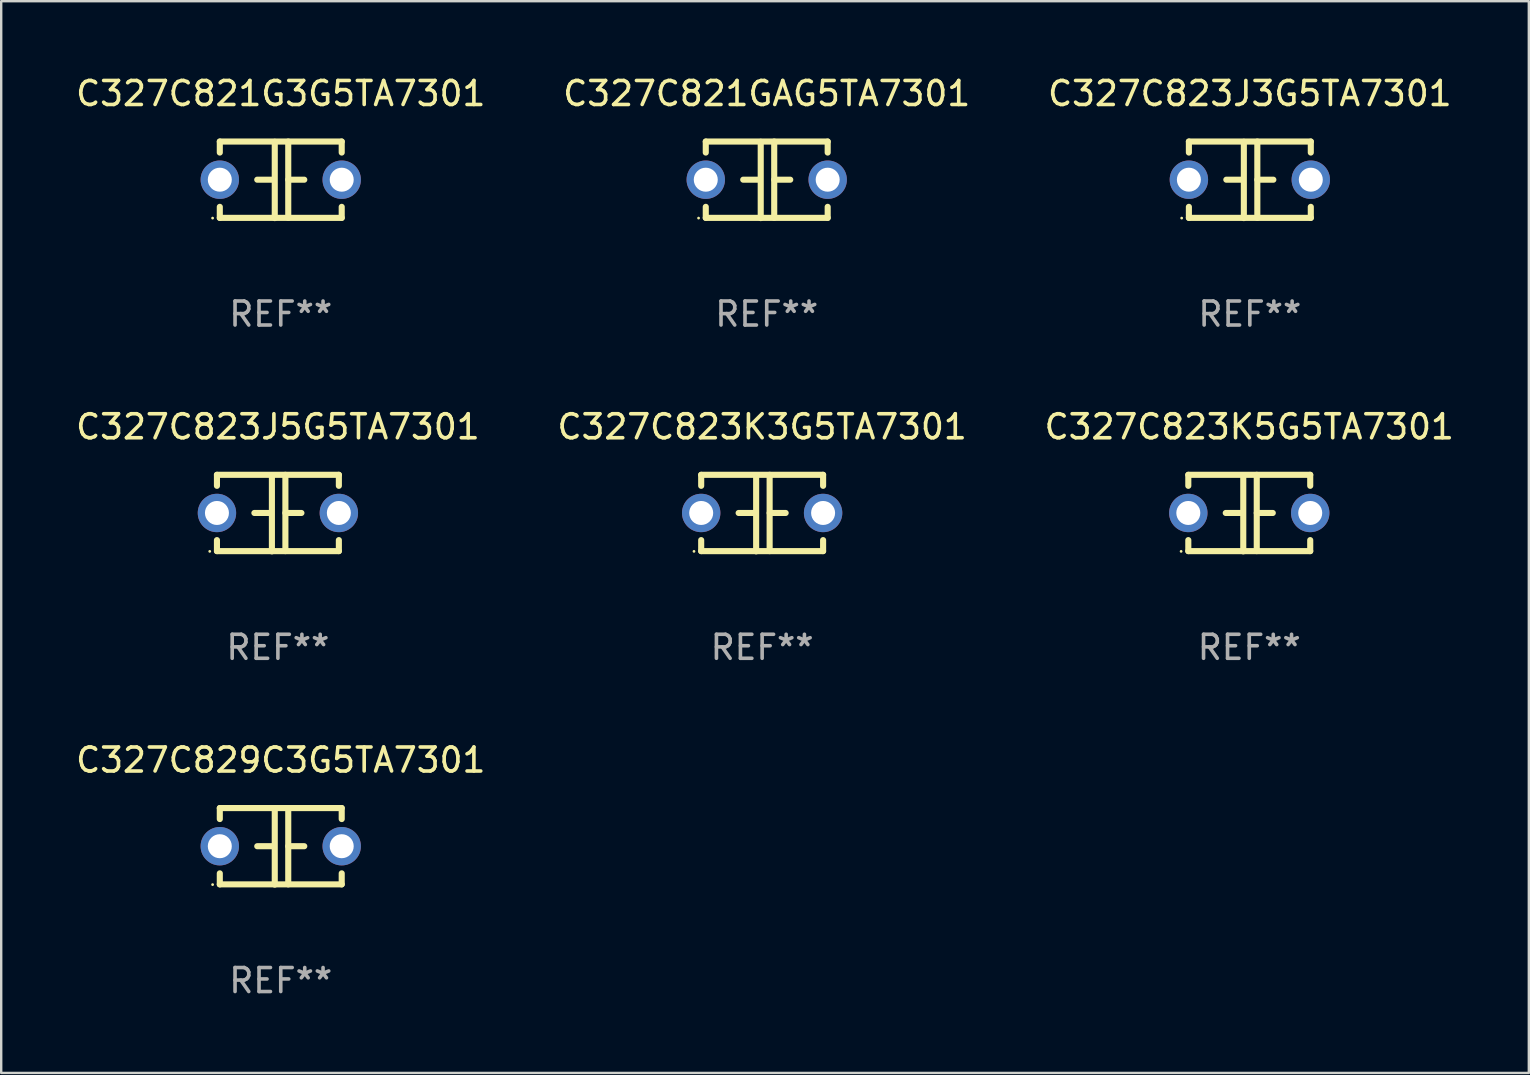
<source format=kicad_pcb>
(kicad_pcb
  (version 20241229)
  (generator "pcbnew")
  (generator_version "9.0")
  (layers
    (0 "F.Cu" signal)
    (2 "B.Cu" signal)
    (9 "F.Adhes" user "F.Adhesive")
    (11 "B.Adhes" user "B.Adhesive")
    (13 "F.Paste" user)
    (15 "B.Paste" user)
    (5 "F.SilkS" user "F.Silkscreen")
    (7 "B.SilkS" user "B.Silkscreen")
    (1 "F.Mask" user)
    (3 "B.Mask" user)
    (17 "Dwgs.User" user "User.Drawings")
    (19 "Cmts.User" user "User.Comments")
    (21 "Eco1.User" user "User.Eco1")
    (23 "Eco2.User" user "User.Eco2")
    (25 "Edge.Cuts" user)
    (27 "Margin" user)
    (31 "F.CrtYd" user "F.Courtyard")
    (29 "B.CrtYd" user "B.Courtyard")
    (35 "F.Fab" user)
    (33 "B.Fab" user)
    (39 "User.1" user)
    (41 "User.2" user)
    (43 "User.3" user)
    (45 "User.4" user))
  (footprint "C327C823J3G5TA7301"
    (layer "F.Cu")
    (at 49.03 4.443)
    (property "Reference" "C327C823J3G5TA7301" (at 0 -3.595 0) (layer "F.SilkS") (effects (font (size 1 1) (thickness 0.15))))
    (attr through_hole)
    (fp_line (start -2.54 -1.595) (end -2.54 -1.136) (stroke (width 0.254) (type solid)) (layer "F.SilkS"))
    (fp_line (start -2.54 -1.595) (end 2.54 -1.595) (stroke (width 0.254) (type solid)) (layer "F.SilkS"))
    (fp_line (start -2.54 1.126) (end -2.54 1.585) (stroke (width 0.254) (type solid)) (layer "F.SilkS"))
    (fp_line (start -0.312 -0.005) (end -0.98 -0.005) (stroke (width 0.254) (type solid)) (layer "F.SilkS"))
    (fp_line (start -0.25 -1.585) (end -0.25 1.595) (stroke (width 0.254) (type solid)) (layer "F.SilkS"))
    (fp_line (start 0.312 -1.595) (end 0.312 1.585) (stroke (width 0.254) (type solid)) (layer "F.SilkS"))
    (fp_line (start 0.312 -0.005) (end 0.98 -0.005) (stroke (width 0.254) (type solid)) (layer "F.SilkS"))
    (fp_line (start 2.54 -1.595) (end 2.54 -1.136) (stroke (width 0.254) (type solid)) (layer "F.SilkS"))
    (fp_line (start 2.54 1.126) (end 2.54 1.585) (stroke (width 0.254) (type solid)) (layer "F.SilkS"))
    (fp_line (start 2.54 1.585) (end -2.54 1.585) (stroke (width 0.254) (type solid)) (layer "F.SilkS"))
    (fp_circle (center -2.84 1.595) (end -2.81 1.595) (stroke (width 0.06) (type solid)) (fill no) (layer "F.SilkS"))
    (fp_text user "REF**" (at 0 5.595 0) (layer "F.Fab") (effects (font (size 1 1) (thickness 0.15))))
    (pad "1" thru_hole circle (at -2.54 -0.005) (size 1.6 1.6) (drill 1) (layers "*.Cu" "*.Mask"))
    (pad "2" thru_hole circle (at 2.54 -0.005) (size 1.6 1.6) (drill 1) (layers "*.Cu" "*.Mask")))
  (footprint "C327C821GAG5TA7301"
    (layer "F.Cu")
    (at 28.899 4.443)
    (property "Reference" "C327C821GAG5TA7301" (at 0 -3.595 0) (layer "F.SilkS") (effects (font (size 1 1) (thickness 0.15))))
    (attr through_hole)
    (fp_line (start -2.54 -1.595) (end -2.54 -1.136) (stroke (width 0.254) (type solid)) (layer "F.SilkS"))
    (fp_line (start -2.54 -1.595) (end 2.54 -1.595) (stroke (width 0.254) (type solid)) (layer "F.SilkS"))
    (fp_line (start -2.54 1.126) (end -2.54 1.585) (stroke (width 0.254) (type solid)) (layer "F.SilkS"))
    (fp_line (start -0.312 -0.005) (end -0.98 -0.005) (stroke (width 0.254) (type solid)) (layer "F.SilkS"))
    (fp_line (start -0.25 -1.585) (end -0.25 1.595) (stroke (width 0.254) (type solid)) (layer "F.SilkS"))
    (fp_line (start 0.312 -1.595) (end 0.312 1.585) (stroke (width 0.254) (type solid)) (layer "F.SilkS"))
    (fp_line (start 0.312 -0.005) (end 0.98 -0.005) (stroke (width 0.254) (type solid)) (layer "F.SilkS"))
    (fp_line (start 2.54 -1.595) (end 2.54 -1.136) (stroke (width 0.254) (type solid)) (layer "F.SilkS"))
    (fp_line (start 2.54 1.126) (end 2.54 1.585) (stroke (width 0.254) (type solid)) (layer "F.SilkS"))
    (fp_line (start 2.54 1.585) (end -2.54 1.585) (stroke (width 0.254) (type solid)) (layer "F.SilkS"))
    (fp_circle (center -2.84 1.595) (end -2.81 1.595) (stroke (width 0.06) (type solid)) (fill no) (layer "F.SilkS"))
    (fp_text user "REF**" (at 0 5.595 0) (layer "F.Fab") (effects (font (size 1 1) (thickness 0.15))))
    (pad "1" thru_hole circle (at -2.54 -0.005) (size 1.6 1.6) (drill 1) (layers "*.Cu" "*.Mask"))
    (pad "2" thru_hole circle (at 2.54 -0.005) (size 1.6 1.6) (drill 1) (layers "*.Cu" "*.Mask")))
  (footprint "C327C829C3G5TA7301"
    (layer "F.Cu")
    (at 8.649 32.216)
    (property "Reference" "C327C829C3G5TA7301" (at 0 -3.595 0) (layer "F.SilkS") (effects (font (size 1 1) (thickness 0.15))))
    (attr through_hole)
    (fp_line (start -2.54 -1.595) (end -2.54 -1.136) (stroke (width 0.254) (type solid)) (layer "F.SilkS"))
    (fp_line (start -2.54 -1.595) (end 2.54 -1.595) (stroke (width 0.254) (type solid)) (layer "F.SilkS"))
    (fp_line (start -2.54 1.126) (end -2.54 1.585) (stroke (width 0.254) (type solid)) (layer "F.SilkS"))
    (fp_line (start -0.312 -0.005) (end -0.98 -0.005) (stroke (width 0.254) (type solid)) (layer "F.SilkS"))
    (fp_line (start -0.25 -1.585) (end -0.25 1.595) (stroke (width 0.254) (type solid)) (layer "F.SilkS"))
    (fp_line (start 0.312 -1.595) (end 0.312 1.585) (stroke (width 0.254) (type solid)) (layer "F.SilkS"))
    (fp_line (start 0.312 -0.005) (end 0.98 -0.005) (stroke (width 0.254) (type solid)) (layer "F.SilkS"))
    (fp_line (start 2.54 -1.595) (end 2.54 -1.136) (stroke (width 0.254) (type solid)) (layer "F.SilkS"))
    (fp_line (start 2.54 1.126) (end 2.54 1.585) (stroke (width 0.254) (type solid)) (layer "F.SilkS"))
    (fp_line (start 2.54 1.585) (end -2.54 1.585) (stroke (width 0.254) (type solid)) (layer "F.SilkS"))
    (fp_circle (center -2.84 1.595) (end -2.81 1.595) (stroke (width 0.06) (type solid)) (fill no) (layer "F.SilkS"))
    (fp_text user "REF**" (at 0 5.595 0) (layer "F.Fab") (effects (font (size 1 1) (thickness 0.15))))
    (pad "1" thru_hole circle (at -2.54 -0.005) (size 1.6 1.6) (drill 1) (layers "*.Cu" "*.Mask"))
    (pad "2" thru_hole circle (at 2.54 -0.005) (size 1.6 1.6) (drill 1) (layers "*.Cu" "*.Mask")))
  (footprint "C327C823K5G5TA7301"
    (layer "F.Cu")
    (at 49.006 18.33)
    (property "Reference" "C327C823K5G5TA7301" (at 0 -3.595 0) (layer "F.SilkS") (effects (font (size 1 1) (thickness 0.15))))
    (attr through_hole)
    (fp_line (start -2.54 -1.595) (end -2.54 -1.136) (stroke (width 0.254) (type solid)) (layer "F.SilkS"))
    (fp_line (start -2.54 -1.595) (end 2.54 -1.595) (stroke (width 0.254) (type solid)) (layer "F.SilkS"))
    (fp_line (start -2.54 1.126) (end -2.54 1.585) (stroke (width 0.254) (type solid)) (layer "F.SilkS"))
    (fp_line (start -0.312 -0.005) (end -0.98 -0.005) (stroke (width 0.254) (type solid)) (layer "F.SilkS"))
    (fp_line (start -0.25 -1.585) (end -0.25 1.595) (stroke (width 0.254) (type solid)) (layer "F.SilkS"))
    (fp_line (start 0.312 -1.595) (end 0.312 1.585) (stroke (width 0.254) (type solid)) (layer "F.SilkS"))
    (fp_line (start 0.312 -0.005) (end 0.98 -0.005) (stroke (width 0.254) (type solid)) (layer "F.SilkS"))
    (fp_line (start 2.54 -1.595) (end 2.54 -1.136) (stroke (width 0.254) (type solid)) (layer "F.SilkS"))
    (fp_line (start 2.54 1.126) (end 2.54 1.585) (stroke (width 0.254) (type solid)) (layer "F.SilkS"))
    (fp_line (start 2.54 1.585) (end -2.54 1.585) (stroke (width 0.254) (type solid)) (layer "F.SilkS"))
    (fp_circle (center -2.84 1.595) (end -2.81 1.595) (stroke (width 0.06) (type solid)) (fill no) (layer "F.SilkS"))
    (fp_text user "REF**" (at 0 5.595 0) (layer "F.Fab") (effects (font (size 1 1) (thickness 0.15))))
    (pad "1" thru_hole circle (at -2.54 -0.005) (size 1.6 1.6) (drill 1) (layers "*.Cu" "*.Mask"))
    (pad "2" thru_hole circle (at 2.54 -0.005) (size 1.6 1.6) (drill 1) (layers "*.Cu" "*.Mask")))
  (footprint "C327C823J5G5TA7301"
    (layer "F.Cu")
    (at 8.53 18.33)
    (property "Reference" "C327C823J5G5TA7301" (at 0 -3.595 0) (layer "F.SilkS") (effects (font (size 1 1) (thickness 0.15))))
    (attr through_hole)
    (fp_line (start -2.54 -1.595) (end -2.54 -1.136) (stroke (width 0.254) (type solid)) (layer "F.SilkS"))
    (fp_line (start -2.54 -1.595) (end 2.54 -1.595) (stroke (width 0.254) (type solid)) (layer "F.SilkS"))
    (fp_line (start -2.54 1.126) (end -2.54 1.585) (stroke (width 0.254) (type solid)) (layer "F.SilkS"))
    (fp_line (start -0.312 -0.005) (end -0.98 -0.005) (stroke (width 0.254) (type solid)) (layer "F.SilkS"))
    (fp_line (start -0.25 -1.585) (end -0.25 1.595) (stroke (width 0.254) (type solid)) (layer "F.SilkS"))
    (fp_line (start 0.312 -1.595) (end 0.312 1.585) (stroke (width 0.254) (type solid)) (layer "F.SilkS"))
    (fp_line (start 0.312 -0.005) (end 0.98 -0.005) (stroke (width 0.254) (type solid)) (layer "F.SilkS"))
    (fp_line (start 2.54 -1.595) (end 2.54 -1.136) (stroke (width 0.254) (type solid)) (layer "F.SilkS"))
    (fp_line (start 2.54 1.126) (end 2.54 1.585) (stroke (width 0.254) (type solid)) (layer "F.SilkS"))
    (fp_line (start 2.54 1.585) (end -2.54 1.585) (stroke (width 0.254) (type solid)) (layer "F.SilkS"))
    (fp_circle (center -2.84 1.595) (end -2.81 1.595) (stroke (width 0.06) (type solid)) (fill no) (layer "F.SilkS"))
    (fp_text user "REF**" (at 0 5.595 0) (layer "F.Fab") (effects (font (size 1 1) (thickness 0.15))))
    (pad "1" thru_hole circle (at -2.54 -0.005) (size 1.6 1.6) (drill 1) (layers "*.Cu" "*.Mask"))
    (pad "2" thru_hole circle (at 2.54 -0.005) (size 1.6 1.6) (drill 1) (layers "*.Cu" "*.Mask")))
  (footprint "C327C821G3G5TA7301"
    (layer "F.Cu")
    (at 8.649 4.443)
    (property "Reference" "C327C821G3G5TA7301" (at 0 -3.595 0) (layer "F.SilkS") (effects (font (size 1 1) (thickness 0.15))))
    (attr through_hole)
    (fp_line (start -2.54 -1.595) (end -2.54 -1.136) (stroke (width 0.254) (type solid)) (layer "F.SilkS"))
    (fp_line (start -2.54 -1.595) (end 2.54 -1.595) (stroke (width 0.254) (type solid)) (layer "F.SilkS"))
    (fp_line (start -2.54 1.126) (end -2.54 1.585) (stroke (width 0.254) (type solid)) (layer "F.SilkS"))
    (fp_line (start -0.312 -0.005) (end -0.98 -0.005) (stroke (width 0.254) (type solid)) (layer "F.SilkS"))
    (fp_line (start -0.25 -1.585) (end -0.25 1.595) (stroke (width 0.254) (type solid)) (layer "F.SilkS"))
    (fp_line (start 0.312 -1.595) (end 0.312 1.585) (stroke (width 0.254) (type solid)) (layer "F.SilkS"))
    (fp_line (start 0.312 -0.005) (end 0.98 -0.005) (stroke (width 0.254) (type solid)) (layer "F.SilkS"))
    (fp_line (start 2.54 -1.595) (end 2.54 -1.136) (stroke (width 0.254) (type solid)) (layer "F.SilkS"))
    (fp_line (start 2.54 1.126) (end 2.54 1.585) (stroke (width 0.254) (type solid)) (layer "F.SilkS"))
    (fp_line (start 2.54 1.585) (end -2.54 1.585) (stroke (width 0.254) (type solid)) (layer "F.SilkS"))
    (fp_circle (center -2.84 1.595) (end -2.81 1.595) (stroke (width 0.06) (type solid)) (fill no) (layer "F.SilkS"))
    (fp_text user "REF**" (at 0 5.595 0) (layer "F.Fab") (effects (font (size 1 1) (thickness 0.15))))
    (pad "1" thru_hole circle (at -2.54 -0.005) (size 1.6 1.6) (drill 1) (layers "*.Cu" "*.Mask"))
    (pad "2" thru_hole circle (at 2.54 -0.005) (size 1.6 1.6) (drill 1) (layers "*.Cu" "*.Mask")))
  (footprint "C327C823K3G5TA7301"
    (layer "F.Cu")
    (at 28.708 18.33)
    (property "Reference" "C327C823K3G5TA7301" (at 0 -3.595 0) (layer "F.SilkS") (effects (font (size 1 1) (thickness 0.15))))
    (attr through_hole)
    (fp_line (start -2.54 -1.595) (end -2.54 -1.136) (stroke (width 0.254) (type solid)) (layer "F.SilkS"))
    (fp_line (start -2.54 -1.595) (end 2.54 -1.595) (stroke (width 0.254) (type solid)) (layer "F.SilkS"))
    (fp_line (start -2.54 1.126) (end -2.54 1.585) (stroke (width 0.254) (type solid)) (layer "F.SilkS"))
    (fp_line (start -0.312 -0.005) (end -0.98 -0.005) (stroke (width 0.254) (type solid)) (layer "F.SilkS"))
    (fp_line (start -0.25 -1.585) (end -0.25 1.595) (stroke (width 0.254) (type solid)) (layer "F.SilkS"))
    (fp_line (start 0.312 -1.595) (end 0.312 1.585) (stroke (width 0.254) (type solid)) (layer "F.SilkS"))
    (fp_line (start 0.312 -0.005) (end 0.98 -0.005) (stroke (width 0.254) (type solid)) (layer "F.SilkS"))
    (fp_line (start 2.54 -1.595) (end 2.54 -1.136) (stroke (width 0.254) (type solid)) (layer "F.SilkS"))
    (fp_line (start 2.54 1.126) (end 2.54 1.585) (stroke (width 0.254) (type solid)) (layer "F.SilkS"))
    (fp_line (start 2.54 1.585) (end -2.54 1.585) (stroke (width 0.254) (type solid)) (layer "F.SilkS"))
    (fp_circle (center -2.84 1.595) (end -2.81 1.595) (stroke (width 0.06) (type solid)) (fill no) (layer "F.SilkS"))
    (fp_text user "REF**" (at 0 5.595 0) (layer "F.Fab") (effects (font (size 1 1) (thickness 0.15))))
    (pad "1" thru_hole circle (at -2.54 -0.005) (size 1.6 1.6) (drill 1) (layers "*.Cu" "*.Mask"))
    (pad "2" thru_hole circle (at 2.54 -0.005) (size 1.6 1.6) (drill 1) (layers "*.Cu" "*.Mask")))
  (gr_rect
    (start -3 -3)
    (end 60.655 41.659)
    (stroke (width 0.1) (type default))
    (fill no)
    (layer "Edge.Cuts")))
</source>
